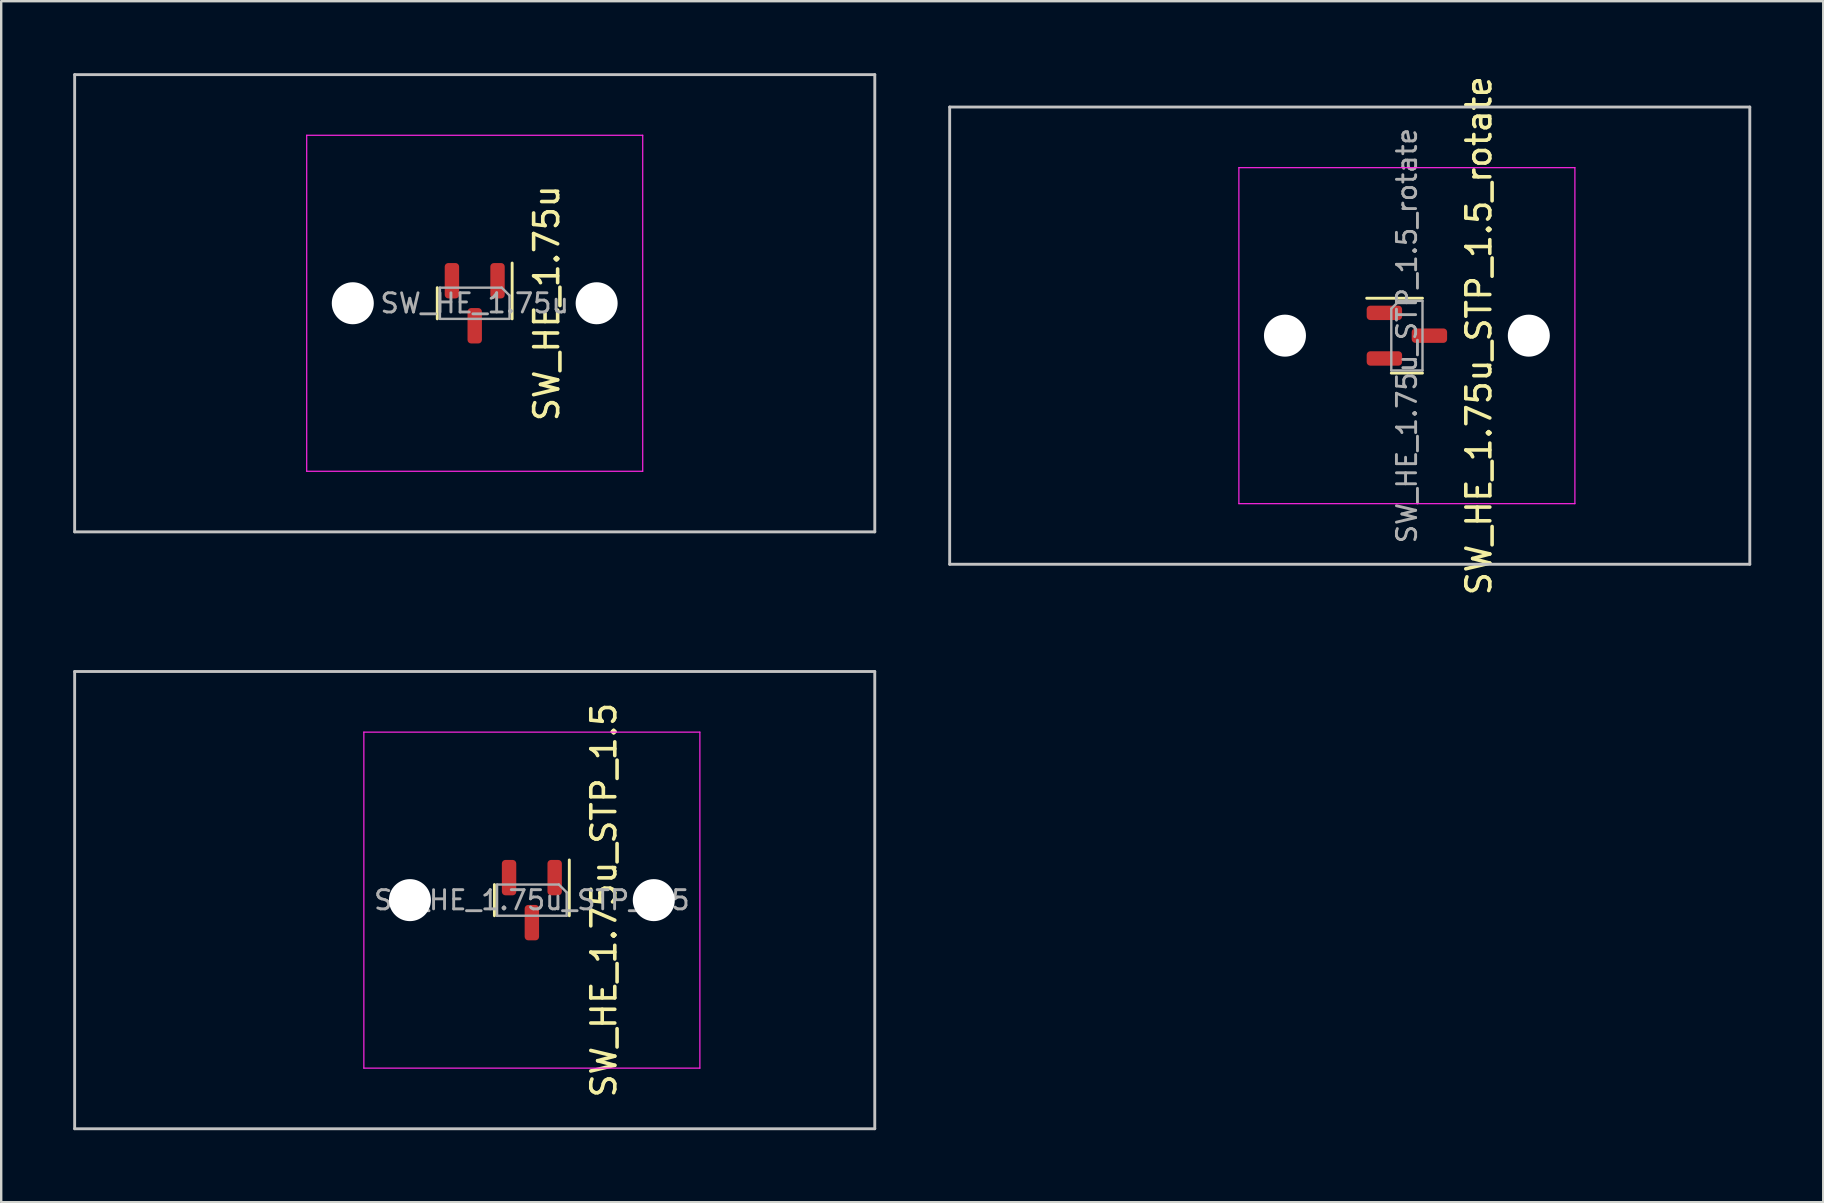
<source format=kicad_pcb>
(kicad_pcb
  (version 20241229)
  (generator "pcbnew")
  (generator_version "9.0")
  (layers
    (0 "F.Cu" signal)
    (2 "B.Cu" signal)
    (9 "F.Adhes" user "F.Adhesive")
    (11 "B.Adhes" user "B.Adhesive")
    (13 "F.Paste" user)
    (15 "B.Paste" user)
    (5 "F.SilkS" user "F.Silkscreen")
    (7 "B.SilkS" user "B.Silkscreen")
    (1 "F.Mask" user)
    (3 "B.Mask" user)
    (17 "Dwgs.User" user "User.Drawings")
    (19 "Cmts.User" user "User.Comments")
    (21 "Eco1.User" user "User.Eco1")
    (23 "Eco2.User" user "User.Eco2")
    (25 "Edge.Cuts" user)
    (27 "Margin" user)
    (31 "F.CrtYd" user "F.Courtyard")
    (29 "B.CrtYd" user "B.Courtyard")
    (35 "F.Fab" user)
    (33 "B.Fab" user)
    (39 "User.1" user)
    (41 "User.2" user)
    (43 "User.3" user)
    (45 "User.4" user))
  (footprint "SW_HE_1.75u_STP_1.5"
    (layer "F.Cu")
    (at 19.11 34.454)
    (property "Reference" "SW_HE_1.75u_STP_1.5" (at 3 0 270) (layer "F.SilkS") (effects (font (size 1 1) (thickness 0.15))))
    (attr smd)
    (fp_line (start -1.56 -0.65) (end -1.56 0.65) (stroke (width 0.12) (type default)) (layer "F.SilkS"))
    (fp_line (start 1.56 -1.675) (end 1.56 0.65) (stroke (width 0.12) (type default)) (layer "F.SilkS"))
    (fp_line (start -19.05 9.525) (end -19.05 -9.525) (stroke (width 0.12) (type default)) (layer "Dwgs.User"))
    (fp_line (start -19.05 9.525) (end 14.287 9.525) (stroke (width 0.12) (type default)) (layer "Dwgs.User"))
    (fp_line (start 14.287 -9.525) (end -19.05 -9.525) (stroke (width 0.12) (type default)) (layer "Dwgs.User"))
    (fp_line (start 14.287 9.525) (end 14.287 -9.525) (stroke (width 0.12) (type default)) (layer "Dwgs.User"))
    (fp_line (start -7 6.5) (end -7 -6.5) (stroke (width 0.05) (type solid)) (layer "Eco2.User"))
    (fp_line (start -6.5 -7) (end 6.5 -7) (stroke (width 0.05) (type solid)) (layer "Eco2.User"))
    (fp_line (start 6.5 7) (end -6.5 7) (stroke (width 0.05) (type solid)) (layer "Eco2.User"))
    (fp_line (start 7 -6.5) (end 7 6.5) (stroke (width 0.05) (type solid)) (layer "Eco2.User"))
    (fp_arc (start -7 -6.5) (mid -6.853553 -6.853553) (end -6.5 -7) (stroke (width 0.05) (type solid)) (layer "Eco2.User"))
    (fp_arc (start -6.5 7) (mid -6.853553 6.853553) (end -7 6.5) (stroke (width 0.05) (type solid)) (layer "Eco2.User"))
    (fp_arc (start 6.5 -7) (mid 6.853553 -6.853553) (end 7 -6.5) (stroke (width 0.05) (type solid)) (layer "Eco2.User"))
    (fp_arc (start 6.997236 6.498884) (mid 6.850789 6.852437) (end 6.497236 6.998884) (stroke (width 0.05) (type solid)) (layer "Eco2.User"))
    (fp_line (start -7 -7) (end -7 7) (stroke (width 0.05) (type solid)) (layer "F.CrtYd"))
    (fp_line (start -7 7) (end 7 7) (stroke (width 0.05) (type solid)) (layer "F.CrtYd"))
    (fp_line (start 7 -7) (end -7 -7) (stroke (width 0.05) (type solid)) (layer "F.CrtYd"))
    (fp_line (start 7 7) (end 7 -7) (stroke (width 0.05) (type solid)) (layer "F.CrtYd"))
    (fp_line (start -1.45 -0.65) (end 1.125 -0.65) (stroke (width 0.1) (type default)) (layer "F.Fab"))
    (fp_line (start -1.45 0.65) (end -1.45 -0.65) (stroke (width 0.1) (type default)) (layer "F.Fab"))
    (fp_line (start -1.45 0.65) (end 1.45 0.65) (stroke (width 0.1) (type default)) (layer "F.Fab"))
    (fp_line (start 1.45 -0.325) (end 1.125 -0.65) (stroke (width 0.1) (type default)) (layer "F.Fab"))
    (fp_line (start 1.45 -0.325) (end 1.45 0.65) (stroke (width 0.1) (type default)) (layer "F.Fab"))
    (fp_text user "${REFERENCE}" (at 0 0 0) (layer "F.Fab") (effects (font (size 0.8 0.8) (thickness 0.12))))
    (pad "" np_thru_hole circle (at -5.08 0) (size 1.75 1.75) (drill 1.75) (layers "*.Cu" "*.Mask"))
    (pad "" np_thru_hole circle (at 5.08 0) (size 1.75 1.75) (drill 1.75) (layers "*.Cu" "*.Mask"))
    (pad "1" smd roundrect (at 0.95 -0.938 270) (size 1.475 0.6) (layers "F.Cu" "F.Mask" "F.Paste") (roundrect_rratio 0.25))
    (pad "2" smd roundrect (at -0.95 -0.938 270) (size 1.475 0.6) (layers "F.Cu" "F.Mask" "F.Paste") (roundrect_rratio 0.25))
    (pad "3" smd roundrect (at 0 0.938 270) (size 1.475 0.6) (layers "F.Cu" "F.Mask" "F.Paste") (roundrect_rratio 0.25))
    (zone (net_name "") (layers "F.Cu" "B.Cu") (hatch edge 0.5) (connect_pads) (min_thickness 0.25) (filled_areas_thickness no) (keepout (tracks allowed) (vias allowed) (pads allowed) (copperpour not_allowed) (footprints allowed)) (placement (enabled no)) (fill) (polygon (pts (arc (start 21.03 33.03405) (mid 20.883553 32.680497) (end 20.53 32.53405)) (arc (start 17.69 32.53405) (mid 17.336447 32.680497) (end 17.19 33.03405)) (arc (start 17.19 35.87405) (mid 17.336447 36.227603) (end 17.69 36.37405)) (arc (start 20.53 36.37405) (mid 20.883553 36.227603) (end 21.03 35.87405))))))
  (footprint "SW_HE_1.75u"
    (layer "F.Cu")
    (at 16.729 9.585)
    (property "Reference" "SW_HE_1.75u" (at 3 0 270) (layer "F.SilkS") (effects (font (size 1 1) (thickness 0.15))))
    (attr smd)
    (fp_line (start -1.56 -0.65) (end -1.56 0.65) (stroke (width 0.12) (type default)) (layer "F.SilkS"))
    (fp_line (start 1.56 -1.675) (end 1.56 0.65) (stroke (width 0.12) (type default)) (layer "F.SilkS"))
    (fp_line (start -16.669 9.525) (end -16.669 -9.525) (stroke (width 0.12) (type default)) (layer "Dwgs.User"))
    (fp_line (start -16.669 9.525) (end 16.669 9.525) (stroke (width 0.12) (type default)) (layer "Dwgs.User"))
    (fp_line (start 16.669 -9.525) (end -16.669 -9.525) (stroke (width 0.12) (type default)) (layer "Dwgs.User"))
    (fp_line (start 16.669 9.525) (end 16.669 -9.525) (stroke (width 0.12) (type default)) (layer "Dwgs.User"))
    (fp_line (start -7 6.5) (end -7 -6.5) (stroke (width 0.05) (type solid)) (layer "Eco2.User"))
    (fp_line (start -6.5 -7) (end 6.5 -7) (stroke (width 0.05) (type solid)) (layer "Eco2.User"))
    (fp_line (start 6.5 7) (end -6.5 7) (stroke (width 0.05) (type solid)) (layer "Eco2.User"))
    (fp_line (start 7 -6.5) (end 7 6.5) (stroke (width 0.05) (type solid)) (layer "Eco2.User"))
    (fp_arc (start -7 -6.5) (mid -6.853553 -6.853553) (end -6.5 -7) (stroke (width 0.05) (type solid)) (layer "Eco2.User"))
    (fp_arc (start -6.5 7) (mid -6.853553 6.853553) (end -7 6.5) (stroke (width 0.05) (type solid)) (layer "Eco2.User"))
    (fp_arc (start 6.5 -7) (mid 6.853553 -6.853553) (end 7 -6.5) (stroke (width 0.05) (type solid)) (layer "Eco2.User"))
    (fp_arc (start 6.997236 6.498884) (mid 6.850789 6.852437) (end 6.497236 6.998884) (stroke (width 0.05) (type solid)) (layer "Eco2.User"))
    (fp_line (start -7 -7) (end -7 7) (stroke (width 0.05) (type solid)) (layer "F.CrtYd"))
    (fp_line (start -7 7) (end 7 7) (stroke (width 0.05) (type solid)) (layer "F.CrtYd"))
    (fp_line (start 7 -7) (end -7 -7) (stroke (width 0.05) (type solid)) (layer "F.CrtYd"))
    (fp_line (start 7 7) (end 7 -7) (stroke (width 0.05) (type solid)) (layer "F.CrtYd"))
    (fp_line (start -1.45 -0.65) (end 1.125 -0.65) (stroke (width 0.1) (type default)) (layer "F.Fab"))
    (fp_line (start -1.45 0.65) (end -1.45 -0.65) (stroke (width 0.1) (type default)) (layer "F.Fab"))
    (fp_line (start -1.45 0.65) (end 1.45 0.65) (stroke (width 0.1) (type default)) (layer "F.Fab"))
    (fp_line (start 1.45 -0.325) (end 1.125 -0.65) (stroke (width 0.1) (type default)) (layer "F.Fab"))
    (fp_line (start 1.45 -0.325) (end 1.45 0.65) (stroke (width 0.1) (type default)) (layer "F.Fab"))
    (fp_text user "${REFERENCE}" (at 0 0 0) (layer "F.Fab") (effects (font (size 0.8 0.8) (thickness 0.12))))
    (pad "" np_thru_hole circle (at -5.08 0) (size 1.75 1.75) (drill 1.75) (layers "*.Cu" "*.Mask"))
    (pad "" np_thru_hole circle (at 5.08 0) (size 1.75 1.75) (drill 1.75) (layers "*.Cu" "*.Mask"))
    (pad "1" smd roundrect (at 0.95 -0.938 270) (size 1.475 0.6) (layers "F.Cu" "F.Mask" "F.Paste") (roundrect_rratio 0.25))
    (pad "2" smd roundrect (at -0.95 -0.938 270) (size 1.475 0.6) (layers "F.Cu" "F.Mask" "F.Paste") (roundrect_rratio 0.25))
    (pad "3" smd roundrect (at 0 0.938 270) (size 1.475 0.6) (layers "F.Cu" "F.Mask" "F.Paste") (roundrect_rratio 0.25))
    (zone (net_name "") (layers "F.Cu" "B.Cu") (hatch edge 0.5) (connect_pads) (min_thickness 0.25) (filled_areas_thickness no) (keepout (tracks allowed) (vias allowed) (pads allowed) (copperpour not_allowed) (footprints allowed)) (placement (enabled no)) (fill) (polygon (pts (arc (start 18.64875 8.165) (mid 18.502303 7.811447) (end 18.14875 7.665)) (arc (start 15.30875 7.665) (mid 14.955197 7.811447) (end 14.80875 8.165)) (arc (start 14.80875 11.005) (mid 14.955197 11.358553) (end 15.30875 11.505)) (arc (start 18.14875 11.505) (mid 18.502303 11.358553) (end 18.64875 11.005))))))
  (footprint "SW_HE_1.75u_STP_1.5_rotate"
    (layer "F.Cu")
    (at 55.568 10.935)
    (property "Reference" "SW_HE_1.75u_STP_1.5_rotate" (at 3 0 270) (layer "F.SilkS") (effects (font (size 1 1) (thickness 0.15))))
    (attr smd)
    (fp_line (start -1.675 -1.56) (end 0.65 -1.56) (stroke (width 0.12) (type default)) (layer "F.SilkS"))
    (fp_line (start -0.65 1.56) (end 0.65 1.56) (stroke (width 0.12) (type default)) (layer "F.SilkS"))
    (fp_line (start -19.05 9.525) (end -19.05 -9.525) (stroke (width 0.12) (type default)) (layer "Dwgs.User"))
    (fp_line (start -19.05 9.525) (end 14.287 9.525) (stroke (width 0.12) (type default)) (layer "Dwgs.User"))
    (fp_line (start 14.287 -9.525) (end -19.05 -9.525) (stroke (width 0.12) (type default)) (layer "Dwgs.User"))
    (fp_line (start 14.287 9.525) (end 14.287 -9.525) (stroke (width 0.12) (type default)) (layer "Dwgs.User"))
    (fp_line (start -7 6.5) (end -7 -6.5) (stroke (width 0.05) (type solid)) (layer "Eco2.User"))
    (fp_line (start -6.5 -7) (end 6.5 -7) (stroke (width 0.05) (type solid)) (layer "Eco2.User"))
    (fp_line (start 6.5 7) (end -6.5 7) (stroke (width 0.05) (type solid)) (layer "Eco2.User"))
    (fp_line (start 7 -6.5) (end 7 6.5) (stroke (width 0.05) (type solid)) (layer "Eco2.User"))
    (fp_arc (start -7 -6.5) (mid -6.853553 -6.853553) (end -6.5 -7) (stroke (width 0.05) (type solid)) (layer "Eco2.User"))
    (fp_arc (start -6.5 7) (mid -6.853553 6.853553) (end -7 6.5) (stroke (width 0.05) (type solid)) (layer "Eco2.User"))
    (fp_arc (start 6.5 -7) (mid 6.853553 -6.853553) (end 7 -6.5) (stroke (width 0.05) (type solid)) (layer "Eco2.User"))
    (fp_arc (start 6.997236 6.498884) (mid 6.850789 6.852437) (end 6.497236 6.998884) (stroke (width 0.05) (type solid)) (layer "Eco2.User"))
    (fp_line (start -7 -7) (end -7 7) (stroke (width 0.05) (type solid)) (layer "F.CrtYd"))
    (fp_line (start -7 7) (end 7 7) (stroke (width 0.05) (type solid)) (layer "F.CrtYd"))
    (fp_line (start 7 -7) (end -7 -7) (stroke (width 0.05) (type solid)) (layer "F.CrtYd"))
    (fp_line (start 7 7) (end 7 -7) (stroke (width 0.05) (type solid)) (layer "F.CrtYd"))
    (fp_line (start -0.65 1.45) (end -0.65 -1.125) (stroke (width 0.1) (type default)) (layer "F.Fab"))
    (fp_line (start -0.325 -1.45) (end -0.65 -1.125) (stroke (width 0.1) (type default)) (layer "F.Fab"))
    (fp_line (start -0.325 -1.45) (end 0.65 -1.45) (stroke (width 0.1) (type default)) (layer "F.Fab"))
    (fp_line (start 0.65 1.45) (end -0.65 1.45) (stroke (width 0.1) (type default)) (layer "F.Fab"))
    (fp_line (start 0.65 1.45) (end 0.65 -1.45) (stroke (width 0.1) (type default)) (layer "F.Fab"))
    (fp_text user "${REFERENCE}" (at 0 0 90) (layer "F.Fab") (effects (font (size 0.8 0.8) (thickness 0.12))))
    (pad "" np_thru_hole circle (at -5.08 0) (size 1.75 1.75) (drill 1.75) (layers "*.Cu" "*.Mask"))
    (pad "" np_thru_hole circle (at 5.08 0) (size 1.75 1.75) (drill 1.75) (layers "*.Cu" "*.Mask"))
    (pad "1" smd roundrect (at -0.938 -0.95) (size 1.475 0.6) (layers "F.Cu" "F.Mask" "F.Paste") (roundrect_rratio 0.25))
    (pad "2" smd roundrect (at -0.938 0.95) (size 1.475 0.6) (layers "F.Cu" "F.Mask" "F.Paste") (roundrect_rratio 0.25))
    (pad "3" smd roundrect (at 0.938 0) (size 1.475 0.6) (layers "F.Cu" "F.Mask" "F.Paste") (roundrect_rratio 0.25))
    (zone (net_name "") (layers "F.Cu" "B.Cu") (hatch edge 0.5) (connect_pads) (min_thickness 0.25) (filled_areas_thickness no) (keepout (tracks allowed) (vias allowed) (pads allowed) (copperpour not_allowed) (footprints allowed)) (placement (enabled no)) (fill) (polygon (pts (arc (start 54.1475 9.014525) (mid 53.793947 9.160972) (end 53.6475 9.514525)) (arc (start 53.6475 12.354525) (mid 53.793947 12.708078) (end 54.1475 12.854525)) (arc (start 56.9875 12.854525) (mid 57.341053 12.708078) (end 57.4875 12.354525)) (arc (start 57.4875 9.514525) (mid 57.341053 9.160972) (end 56.9875 9.014525))))))
  (gr_rect
    (start -3 -3)
    (end 72.915 47.039)
    (stroke (width 0.1) (type default))
    (fill no)
    (layer "Edge.Cuts")))
</source>
